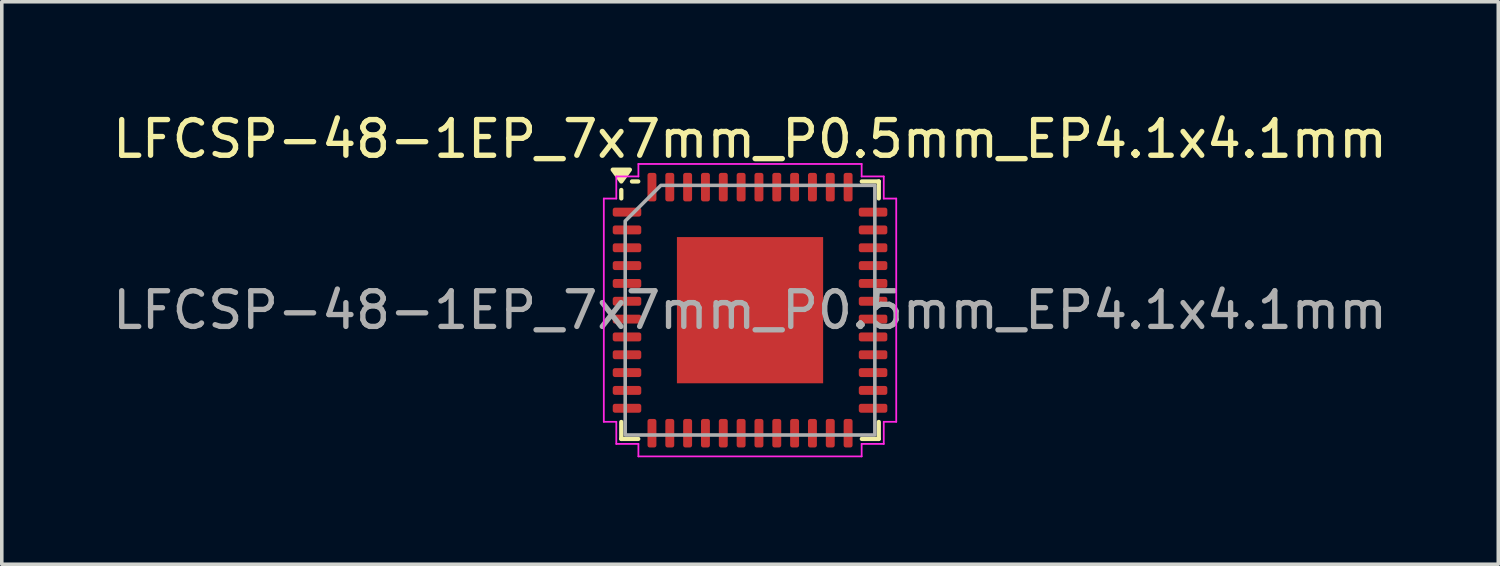
<source format=kicad_pcb>
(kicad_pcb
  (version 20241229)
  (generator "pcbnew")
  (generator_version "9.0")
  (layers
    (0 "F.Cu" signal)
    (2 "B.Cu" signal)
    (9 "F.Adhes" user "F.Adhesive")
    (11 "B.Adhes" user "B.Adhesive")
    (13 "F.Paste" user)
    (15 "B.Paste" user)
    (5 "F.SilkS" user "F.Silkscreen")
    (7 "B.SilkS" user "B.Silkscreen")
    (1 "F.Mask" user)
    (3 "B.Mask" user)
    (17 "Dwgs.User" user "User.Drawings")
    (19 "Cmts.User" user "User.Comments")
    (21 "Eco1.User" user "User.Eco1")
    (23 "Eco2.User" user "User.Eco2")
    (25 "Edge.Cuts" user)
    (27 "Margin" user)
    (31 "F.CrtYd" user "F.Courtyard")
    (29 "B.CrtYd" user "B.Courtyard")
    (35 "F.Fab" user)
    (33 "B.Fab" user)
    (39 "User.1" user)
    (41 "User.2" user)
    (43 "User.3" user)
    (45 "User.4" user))
  (footprint "LFCSP-48-1EP_7x7mm_P0.5mm_EP4.1x4.1mm"
    (layer "F.Cu")
    (at 17.982 5.648)
    (property "Reference" "LFCSP-48-1EP_7x7mm_P0.5mm_EP4.1x4.1mm" (at 0 -4.8 0) (layer "F.SilkS") (effects (font (size 1 1) (thickness 0.15))))
    (attr smd)
    (fp_line (start -3.61 -3.135) (end -3.61 -3.37) (stroke (width 0.12) (type solid)) (layer "F.SilkS"))
    (fp_line (start -3.61 3.61) (end -3.61 3.135) (stroke (width 0.12) (type solid)) (layer "F.SilkS"))
    (fp_line (start -3.135 -3.61) (end -3.31 -3.61) (stroke (width 0.12) (type solid)) (layer "F.SilkS"))
    (fp_line (start -3.135 3.61) (end -3.61 3.61) (stroke (width 0.12) (type solid)) (layer "F.SilkS"))
    (fp_line (start 3.135 -3.61) (end 3.61 -3.61) (stroke (width 0.12) (type solid)) (layer "F.SilkS"))
    (fp_line (start 3.135 3.61) (end 3.61 3.61) (stroke (width 0.12) (type solid)) (layer "F.SilkS"))
    (fp_line (start 3.61 -3.61) (end 3.61 -3.135) (stroke (width 0.12) (type solid)) (layer "F.SilkS"))
    (fp_line (start 3.61 3.61) (end 3.61 3.135) (stroke (width 0.12) (type solid)) (layer "F.SilkS"))
    (fp_poly (pts (xy -3.61 -3.61) (xy -3.85 -3.94) (xy -3.37 -3.94)) (stroke (width 0.12) (type solid)) (fill yes) (layer "F.SilkS"))
    (fp_line (start -4.1 -3.13) (end -3.75 -3.13) (stroke (width 0.05) (type solid)) (layer "F.CrtYd"))
    (fp_line (start -4.1 3.13) (end -4.1 -3.13) (stroke (width 0.05) (type solid)) (layer "F.CrtYd"))
    (fp_line (start -3.75 -3.75) (end -3.13 -3.75) (stroke (width 0.05) (type solid)) (layer "F.CrtYd"))
    (fp_line (start -3.75 -3.13) (end -3.75 -3.75) (stroke (width 0.05) (type solid)) (layer "F.CrtYd"))
    (fp_line (start -3.75 3.13) (end -4.1 3.13) (stroke (width 0.05) (type solid)) (layer "F.CrtYd"))
    (fp_line (start -3.75 3.75) (end -3.75 3.13) (stroke (width 0.05) (type solid)) (layer "F.CrtYd"))
    (fp_line (start -3.13 -4.1) (end 3.13 -4.1) (stroke (width 0.05) (type solid)) (layer "F.CrtYd"))
    (fp_line (start -3.13 -3.75) (end -3.13 -4.1) (stroke (width 0.05) (type solid)) (layer "F.CrtYd"))
    (fp_line (start -3.13 3.75) (end -3.75 3.75) (stroke (width 0.05) (type solid)) (layer "F.CrtYd"))
    (fp_line (start -3.13 4.1) (end -3.13 3.75) (stroke (width 0.05) (type solid)) (layer "F.CrtYd"))
    (fp_line (start 3.13 -4.1) (end 3.13 -3.75) (stroke (width 0.05) (type solid)) (layer "F.CrtYd"))
    (fp_line (start 3.13 -3.75) (end 3.75 -3.75) (stroke (width 0.05) (type solid)) (layer "F.CrtYd"))
    (fp_line (start 3.13 3.75) (end 3.13 4.1) (stroke (width 0.05) (type solid)) (layer "F.CrtYd"))
    (fp_line (start 3.13 4.1) (end -3.13 4.1) (stroke (width 0.05) (type solid)) (layer "F.CrtYd"))
    (fp_line (start 3.75 -3.75) (end 3.75 -3.13) (stroke (width 0.05) (type solid)) (layer "F.CrtYd"))
    (fp_line (start 3.75 -3.13) (end 4.1 -3.13) (stroke (width 0.05) (type solid)) (layer "F.CrtYd"))
    (fp_line (start 3.75 3.13) (end 3.75 3.75) (stroke (width 0.05) (type solid)) (layer "F.CrtYd"))
    (fp_line (start 3.75 3.75) (end 3.13 3.75) (stroke (width 0.05) (type solid)) (layer "F.CrtYd"))
    (fp_line (start 4.1 -3.13) (end 4.1 3.13) (stroke (width 0.05) (type solid)) (layer "F.CrtYd"))
    (fp_line (start 4.1 3.13) (end 3.75 3.13) (stroke (width 0.05) (type solid)) (layer "F.CrtYd"))
    (fp_poly (pts (xy -3.5 -2.5) (xy -3.5 3.5) (xy 3.5 3.5) (xy 3.5 -3.5) (xy -2.5 -3.5)) (stroke (width 0.1) (type solid)) (fill no) (layer "F.Fab"))
    (fp_text user "${REFERENCE}" (at 0 0 0) (layer "F.Fab") (effects (font (size 1 1) (thickness 0.15))))
    (pad "" smd roundrect (at -1.37 -1.37) (size 1.1 1.1) (layers "F.Paste") (roundrect_rratio 0.227))
    (pad "" smd roundrect (at -1.37 0) (size 1.1 1.1) (layers "F.Paste") (roundrect_rratio 0.227))
    (pad "" smd roundrect (at -1.37 1.37) (size 1.1 1.1) (layers "F.Paste") (roundrect_rratio 0.227))
    (pad "" smd roundrect (at 0 -1.37) (size 1.1 1.1) (layers "F.Paste") (roundrect_rratio 0.227))
    (pad "" smd roundrect (at 0 0) (size 1.1 1.1) (layers "F.Paste") (roundrect_rratio 0.227))
    (pad "" smd roundrect (at 0 1.37) (size 1.1 1.1) (layers "F.Paste") (roundrect_rratio 0.227))
    (pad "" smd roundrect (at 1.37 -1.37) (size 1.1 1.1) (layers "F.Paste") (roundrect_rratio 0.227))
    (pad "" smd roundrect (at 1.37 0) (size 1.1 1.1) (layers "F.Paste") (roundrect_rratio 0.227))
    (pad "" smd roundrect (at 1.37 1.37) (size 1.1 1.1) (layers "F.Paste") (roundrect_rratio 0.227))
    (pad "1" smd roundrect (at -3.45 -2.75) (size 0.8 0.25) (layers "F.Cu" "F.Mask" "F.Paste") (roundrect_rratio 0.25))
    (pad "2" smd roundrect (at -3.45 -2.25) (size 0.8 0.25) (layers "F.Cu" "F.Mask" "F.Paste") (roundrect_rratio 0.25))
    (pad "3" smd roundrect (at -3.45 -1.75) (size 0.8 0.25) (layers "F.Cu" "F.Mask" "F.Paste") (roundrect_rratio 0.25))
    (pad "4" smd roundrect (at -3.45 -1.25) (size 0.8 0.25) (layers "F.Cu" "F.Mask" "F.Paste") (roundrect_rratio 0.25))
    (pad "5" smd roundrect (at -3.45 -0.75) (size 0.8 0.25) (layers "F.Cu" "F.Mask" "F.Paste") (roundrect_rratio 0.25))
    (pad "6" smd roundrect (at -3.45 -0.25) (size 0.8 0.25) (layers "F.Cu" "F.Mask" "F.Paste") (roundrect_rratio 0.25))
    (pad "7" smd roundrect (at -3.45 0.25) (size 0.8 0.25) (layers "F.Cu" "F.Mask" "F.Paste") (roundrect_rratio 0.25))
    (pad "8" smd roundrect (at -3.45 0.75) (size 0.8 0.25) (layers "F.Cu" "F.Mask" "F.Paste") (roundrect_rratio 0.25))
    (pad "9" smd roundrect (at -3.45 1.25) (size 0.8 0.25) (layers "F.Cu" "F.Mask" "F.Paste") (roundrect_rratio 0.25))
    (pad "10" smd roundrect (at -3.45 1.75) (size 0.8 0.25) (layers "F.Cu" "F.Mask" "F.Paste") (roundrect_rratio 0.25))
    (pad "11" smd roundrect (at -3.45 2.25) (size 0.8 0.25) (layers "F.Cu" "F.Mask" "F.Paste") (roundrect_rratio 0.25))
    (pad "12" smd roundrect (at -3.45 2.75) (size 0.8 0.25) (layers "F.Cu" "F.Mask" "F.Paste") (roundrect_rratio 0.25))
    (pad "13" smd roundrect (at -2.75 3.45) (size 0.25 0.8) (layers "F.Cu" "F.Mask" "F.Paste") (roundrect_rratio 0.25))
    (pad "14" smd roundrect (at -2.25 3.45) (size 0.25 0.8) (layers "F.Cu" "F.Mask" "F.Paste") (roundrect_rratio 0.25))
    (pad "15" smd roundrect (at -1.75 3.45) (size 0.25 0.8) (layers "F.Cu" "F.Mask" "F.Paste") (roundrect_rratio 0.25))
    (pad "16" smd roundrect (at -1.25 3.45) (size 0.25 0.8) (layers "F.Cu" "F.Mask" "F.Paste") (roundrect_rratio 0.25))
    (pad "17" smd roundrect (at -0.75 3.45) (size 0.25 0.8) (layers "F.Cu" "F.Mask" "F.Paste") (roundrect_rratio 0.25))
    (pad "18" smd roundrect (at -0.25 3.45) (size 0.25 0.8) (layers "F.Cu" "F.Mask" "F.Paste") (roundrect_rratio 0.25))
    (pad "19" smd roundrect (at 0.25 3.45) (size 0.25 0.8) (layers "F.Cu" "F.Mask" "F.Paste") (roundrect_rratio 0.25))
    (pad "20" smd roundrect (at 0.75 3.45) (size 0.25 0.8) (layers "F.Cu" "F.Mask" "F.Paste") (roundrect_rratio 0.25))
    (pad "21" smd roundrect (at 1.25 3.45) (size 0.25 0.8) (layers "F.Cu" "F.Mask" "F.Paste") (roundrect_rratio 0.25))
    (pad "22" smd roundrect (at 1.75 3.45) (size 0.25 0.8) (layers "F.Cu" "F.Mask" "F.Paste") (roundrect_rratio 0.25))
    (pad "23" smd roundrect (at 2.25 3.45) (size 0.25 0.8) (layers "F.Cu" "F.Mask" "F.Paste") (roundrect_rratio 0.25))
    (pad "24" smd roundrect (at 2.75 3.45) (size 0.25 0.8) (layers "F.Cu" "F.Mask" "F.Paste") (roundrect_rratio 0.25))
    (pad "25" smd roundrect (at 3.45 2.75) (size 0.8 0.25) (layers "F.Cu" "F.Mask" "F.Paste") (roundrect_rratio 0.25))
    (pad "26" smd roundrect (at 3.45 2.25) (size 0.8 0.25) (layers "F.Cu" "F.Mask" "F.Paste") (roundrect_rratio 0.25))
    (pad "27" smd roundrect (at 3.45 1.75) (size 0.8 0.25) (layers "F.Cu" "F.Mask" "F.Paste") (roundrect_rratio 0.25))
    (pad "28" smd roundrect (at 3.45 1.25) (size 0.8 0.25) (layers "F.Cu" "F.Mask" "F.Paste") (roundrect_rratio 0.25))
    (pad "29" smd roundrect (at 3.45 0.75) (size 0.8 0.25) (layers "F.Cu" "F.Mask" "F.Paste") (roundrect_rratio 0.25))
    (pad "30" smd roundrect (at 3.45 0.25) (size 0.8 0.25) (layers "F.Cu" "F.Mask" "F.Paste") (roundrect_rratio 0.25))
    (pad "31" smd roundrect (at 3.45 -0.25) (size 0.8 0.25) (layers "F.Cu" "F.Mask" "F.Paste") (roundrect_rratio 0.25))
    (pad "32" smd roundrect (at 3.45 -0.75) (size 0.8 0.25) (layers "F.Cu" "F.Mask" "F.Paste") (roundrect_rratio 0.25))
    (pad "33" smd roundrect (at 3.45 -1.25) (size 0.8 0.25) (layers "F.Cu" "F.Mask" "F.Paste") (roundrect_rratio 0.25))
    (pad "34" smd roundrect (at 3.45 -1.75) (size 0.8 0.25) (layers "F.Cu" "F.Mask" "F.Paste") (roundrect_rratio 0.25))
    (pad "35" smd roundrect (at 3.45 -2.25) (size 0.8 0.25) (layers "F.Cu" "F.Mask" "F.Paste") (roundrect_rratio 0.25))
    (pad "36" smd roundrect (at 3.45 -2.75) (size 0.8 0.25) (layers "F.Cu" "F.Mask" "F.Paste") (roundrect_rratio 0.25))
    (pad "37" smd roundrect (at 2.75 -3.45) (size 0.25 0.8) (layers "F.Cu" "F.Mask" "F.Paste") (roundrect_rratio 0.25))
    (pad "38" smd roundrect (at 2.25 -3.45) (size 0.25 0.8) (layers "F.Cu" "F.Mask" "F.Paste") (roundrect_rratio 0.25))
    (pad "39" smd roundrect (at 1.75 -3.45) (size 0.25 0.8) (layers "F.Cu" "F.Mask" "F.Paste") (roundrect_rratio 0.25))
    (pad "40" smd roundrect (at 1.25 -3.45) (size 0.25 0.8) (layers "F.Cu" "F.Mask" "F.Paste") (roundrect_rratio 0.25))
    (pad "41" smd roundrect (at 0.75 -3.45) (size 0.25 0.8) (layers "F.Cu" "F.Mask" "F.Paste") (roundrect_rratio 0.25))
    (pad "42" smd roundrect (at 0.25 -3.45) (size 0.25 0.8) (layers "F.Cu" "F.Mask" "F.Paste") (roundrect_rratio 0.25))
    (pad "43" smd roundrect (at -0.25 -3.45) (size 0.25 0.8) (layers "F.Cu" "F.Mask" "F.Paste") (roundrect_rratio 0.25))
    (pad "44" smd roundrect (at -0.75 -3.45) (size 0.25 0.8) (layers "F.Cu" "F.Mask" "F.Paste") (roundrect_rratio 0.25))
    (pad "45" smd roundrect (at -1.25 -3.45) (size 0.25 0.8) (layers "F.Cu" "F.Mask" "F.Paste") (roundrect_rratio 0.25))
    (pad "46" smd roundrect (at -1.75 -3.45) (size 0.25 0.8) (layers "F.Cu" "F.Mask" "F.Paste") (roundrect_rratio 0.25))
    (pad "47" smd roundrect (at -2.25 -3.45) (size 0.25 0.8) (layers "F.Cu" "F.Mask" "F.Paste") (roundrect_rratio 0.25))
    (pad "48" smd roundrect (at -2.75 -3.45) (size 0.25 0.8) (layers "F.Cu" "F.Mask" "F.Paste") (roundrect_rratio 0.25))
    (pad "49" smd rect (at 0 0) (size 4.1 4.1) (property pad_prop_heatsink) (layers "F.Cu" "F.Mask")))
  (gr_rect
    (start -3 -3)
    (end 38.964 12.773)
    (stroke (width 0.1) (type default))
    (fill no)
    (layer "Edge.Cuts")))
</source>
